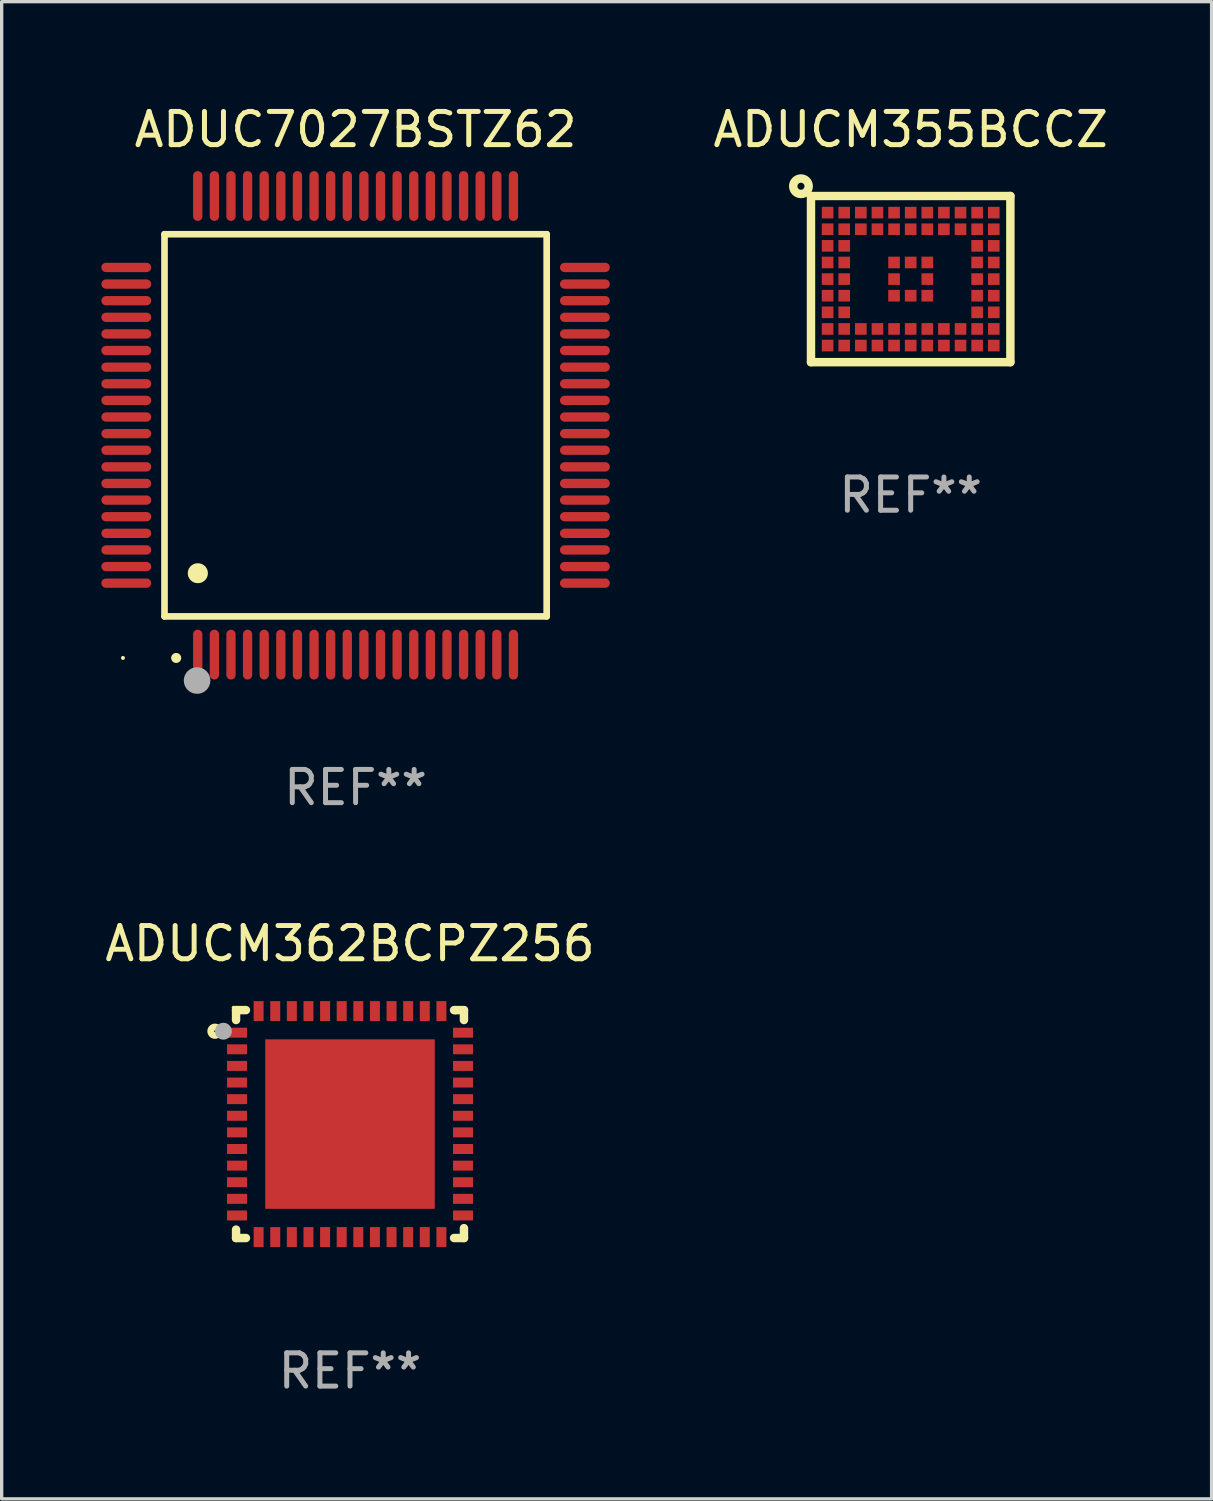
<source format=kicad_pcb>
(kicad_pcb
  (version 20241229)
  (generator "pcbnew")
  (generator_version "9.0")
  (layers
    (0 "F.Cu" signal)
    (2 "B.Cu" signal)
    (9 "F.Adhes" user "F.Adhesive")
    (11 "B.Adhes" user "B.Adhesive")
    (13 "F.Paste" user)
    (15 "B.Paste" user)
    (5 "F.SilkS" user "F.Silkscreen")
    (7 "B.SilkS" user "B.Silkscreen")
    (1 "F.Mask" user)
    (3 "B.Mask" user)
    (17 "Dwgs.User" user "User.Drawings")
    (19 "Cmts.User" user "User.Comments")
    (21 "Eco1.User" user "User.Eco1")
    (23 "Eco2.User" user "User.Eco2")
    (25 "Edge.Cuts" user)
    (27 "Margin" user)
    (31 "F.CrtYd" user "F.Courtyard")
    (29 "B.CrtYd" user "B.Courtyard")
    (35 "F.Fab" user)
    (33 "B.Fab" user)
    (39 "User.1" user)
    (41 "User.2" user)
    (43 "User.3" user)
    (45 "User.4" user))
  (footprint "ADUCM362BCPZ256"
    (layer "F.Cu")
    (at 7.482 30.774)
    (property "Reference" "ADUCM362BCPZ256" (at 0 -5.429 0) (layer "F.SilkS") (effects (font (size 1 1) (thickness 0.15))))
    (attr through_hole)
    (fp_line (start -3.429 -3.429) (end -3.429 -3.131) (stroke (width 0.254) (type solid)) (layer "F.SilkS"))
    (fp_line (start -3.429 3.429) (end -3.429 3.175) (stroke (width 0.254) (type solid)) (layer "F.SilkS"))
    (fp_line (start -3.131 -3.429) (end -3.429 -3.429) (stroke (width 0.254) (type solid)) (layer "F.SilkS"))
    (fp_line (start -3.131 3.429) (end -3.429 3.429) (stroke (width 0.254) (type solid)) (layer "F.SilkS"))
    (fp_line (start 3.175 -3.429) (end 3.131 -3.429) (stroke (width 0.254) (type solid)) (layer "F.SilkS"))
    (fp_line (start 3.429 -3.429) (end 3.175 -3.429) (stroke (width 0.254) (type solid)) (layer "F.SilkS"))
    (fp_line (start 3.429 -3.131) (end 3.429 -3.429) (stroke (width 0.254) (type solid)) (layer "F.SilkS"))
    (fp_line (start 3.429 3.131) (end 3.429 3.429) (stroke (width 0.254) (type solid)) (layer "F.SilkS"))
    (fp_line (start 3.429 3.429) (end 3.131 3.429) (stroke (width 0.254) (type solid)) (layer "F.SilkS"))
    (fp_circle (center -4.064 -2.794) (end -3.937 -2.794) (stroke (width 0.204) (type solid)) (fill no) (layer "F.SilkS"))
    (fp_circle (center -3.501 -3.501) (end -3.471 -3.501) (stroke (width 0.06) (type solid)) (fill no) (layer "F.SilkS"))
    (fp_circle (center -3.81 -2.794) (end -3.683 -2.794) (stroke (width 0.254) (type solid)) (fill no) (layer "F.Fab"))
    (fp_text user "REF**" (at 0 7.429 0) (layer "F.Fab") (effects (font (size 1 1) (thickness 0.15))))
    (pad "1" smd rect (at -3.4 -2.75) (size 0.6 0.3) (layers "F.Cu" "F.Mask" "F.Paste"))
    (pad "2" smd rect (at -3.4 -2.25) (size 0.6 0.3) (layers "F.Cu" "F.Mask" "F.Paste"))
    (pad "3" smd rect (at -3.4 -1.75) (size 0.6 0.3) (layers "F.Cu" "F.Mask" "F.Paste"))
    (pad "4" smd rect (at -3.4 -1.25) (size 0.6 0.3) (layers "F.Cu" "F.Mask" "F.Paste"))
    (pad "5" smd rect (at -3.4 -0.75) (size 0.6 0.3) (layers "F.Cu" "F.Mask" "F.Paste"))
    (pad "6" smd rect (at -3.4 -0.25) (size 0.6 0.3) (layers "F.Cu" "F.Mask" "F.Paste"))
    (pad "7" smd rect (at -3.4 0.25) (size 0.6 0.3) (layers "F.Cu" "F.Mask" "F.Paste"))
    (pad "8" smd rect (at -3.4 0.75) (size 0.6 0.3) (layers "F.Cu" "F.Mask" "F.Paste"))
    (pad "9" smd rect (at -3.4 1.25) (size 0.6 0.3) (layers "F.Cu" "F.Mask" "F.Paste"))
    (pad "10" smd rect (at -3.4 1.75) (size 0.6 0.3) (layers "F.Cu" "F.Mask" "F.Paste"))
    (pad "11" smd rect (at -3.4 2.25) (size 0.6 0.3) (layers "F.Cu" "F.Mask" "F.Paste"))
    (pad "12" smd rect (at -3.4 2.75) (size 0.6 0.3) (layers "F.Cu" "F.Mask" "F.Paste"))
    (pad "13" smd rect (at -2.75 3.4) (size 0.3 0.6) (layers "F.Cu" "F.Mask" "F.Paste"))
    (pad "14" smd rect (at -2.25 3.4) (size 0.3 0.6) (layers "F.Cu" "F.Mask" "F.Paste"))
    (pad "15" smd rect (at -1.75 3.4) (size 0.3 0.6) (layers "F.Cu" "F.Mask" "F.Paste"))
    (pad "16" smd rect (at -1.25 3.4) (size 0.3 0.6) (layers "F.Cu" "F.Mask" "F.Paste"))
    (pad "17" smd rect (at -0.75 3.4) (size 0.3 0.6) (layers "F.Cu" "F.Mask" "F.Paste"))
    (pad "18" smd rect (at -0.25 3.4) (size 0.3 0.6) (layers "F.Cu" "F.Mask" "F.Paste"))
    (pad "19" smd rect (at 0.25 3.4) (size 0.3 0.6) (layers "F.Cu" "F.Mask" "F.Paste"))
    (pad "20" smd rect (at 0.75 3.4) (size 0.3 0.6) (layers "F.Cu" "F.Mask" "F.Paste"))
    (pad "21" smd rect (at 1.25 3.4) (size 0.3 0.6) (layers "F.Cu" "F.Mask" "F.Paste"))
    (pad "22" smd rect (at 1.75 3.4) (size 0.3 0.6) (layers "F.Cu" "F.Mask" "F.Paste"))
    (pad "23" smd rect (at 2.25 3.4) (size 0.3 0.6) (layers "F.Cu" "F.Mask" "F.Paste"))
    (pad "24" smd rect (at 2.75 3.4) (size 0.3 0.6) (layers "F.Cu" "F.Mask" "F.Paste"))
    (pad "25" smd rect (at 3.4 2.75) (size 0.6 0.3) (layers "F.Cu" "F.Mask" "F.Paste"))
    (pad "26" smd rect (at 3.4 2.25) (size 0.6 0.3) (layers "F.Cu" "F.Mask" "F.Paste"))
    (pad "27" smd rect (at 3.4 1.75) (size 0.6 0.3) (layers "F.Cu" "F.Mask" "F.Paste"))
    (pad "28" smd rect (at 3.4 1.25) (size 0.6 0.3) (layers "F.Cu" "F.Mask" "F.Paste"))
    (pad "29" smd rect (at 3.4 0.75) (size 0.6 0.3) (layers "F.Cu" "F.Mask" "F.Paste"))
    (pad "30" smd rect (at 3.4 0.25) (size 0.6 0.3) (layers "F.Cu" "F.Mask" "F.Paste"))
    (pad "31" smd rect (at 3.4 -0.25) (size 0.6 0.3) (layers "F.Cu" "F.Mask" "F.Paste"))
    (pad "32" smd rect (at 3.4 -0.75) (size 0.6 0.3) (layers "F.Cu" "F.Mask" "F.Paste"))
    (pad "33" smd rect (at 3.4 -1.25) (size 0.6 0.3) (layers "F.Cu" "F.Mask" "F.Paste"))
    (pad "34" smd rect (at 3.4 -1.75) (size 0.6 0.3) (layers "F.Cu" "F.Mask" "F.Paste"))
    (pad "35" smd rect (at 3.4 -2.25) (size 0.6 0.3) (layers "F.Cu" "F.Mask" "F.Paste"))
    (pad "36" smd rect (at 3.4 -2.75) (size 0.6 0.3) (layers "F.Cu" "F.Mask" "F.Paste"))
    (pad "37" smd rect (at 2.75 -3.4) (size 0.3 0.6) (layers "F.Cu" "F.Mask" "F.Paste"))
    (pad "38" smd rect (at 2.25 -3.4) (size 0.3 0.6) (layers "F.Cu" "F.Mask" "F.Paste"))
    (pad "39" smd rect (at 1.75 -3.4) (size 0.3 0.6) (layers "F.Cu" "F.Mask" "F.Paste"))
    (pad "40" smd rect (at 1.25 -3.4) (size 0.3 0.6) (layers "F.Cu" "F.Mask" "F.Paste"))
    (pad "41" smd rect (at 0.75 -3.4) (size 0.3 0.6) (layers "F.Cu" "F.Mask" "F.Paste"))
    (pad "42" smd rect (at 0.25 -3.4) (size 0.3 0.6) (layers "F.Cu" "F.Mask" "F.Paste"))
    (pad "43" smd rect (at -0.25 -3.4) (size 0.3 0.6) (layers "F.Cu" "F.Mask" "F.Paste"))
    (pad "44" smd rect (at -0.75 -3.4) (size 0.3 0.6) (layers "F.Cu" "F.Mask" "F.Paste"))
    (pad "45" smd rect (at -1.25 -3.4) (size 0.3 0.6) (layers "F.Cu" "F.Mask" "F.Paste"))
    (pad "46" smd rect (at -1.75 -3.4) (size 0.3 0.6) (layers "F.Cu" "F.Mask" "F.Paste"))
    (pad "47" smd rect (at -2.25 -3.4) (size 0.3 0.6) (layers "F.Cu" "F.Mask" "F.Paste"))
    (pad "48" smd rect (at -2.75 -3.4) (size 0.3 0.6) (layers "F.Cu" "F.Mask" "F.Paste"))
    (pad "49" smd rect (at -0.000025 -0.000025 270) (size 5.1 5.1) (layers "F.Cu" "F.Mask" "F.Paste")))
  (footprint "ADUCM355BCCZ"
    (layer "F.Cu")
    (at 24.353 5.348)
    (property "Reference" "ADUCM355BCCZ" (at 0 -4.5 0) (layer "F.SilkS") (effects (font (size 1 1) (thickness 0.15))))
    (attr through_hole)
    (fp_line (start -3 -2.5) (end -3 2.5) (stroke (width 0.254) (type solid)) (layer "F.SilkS"))
    (fp_line (start -3 2.5) (end 3 2.5) (stroke (width 0.254) (type solid)) (layer "F.SilkS"))
    (fp_line (start 3 -2.5) (end -3 -2.5) (stroke (width 0.254) (type solid)) (layer "F.SilkS"))
    (fp_line (start 3 -2.5) (end 3 2.5) (stroke (width 0.254) (type solid)) (layer "F.SilkS"))
    (fp_circle (center -3.302 -2.794) (end -3.196 -2.794) (stroke (width 0.254) (type solid)) (fill no) (layer "F.SilkS"))
    (fp_circle (center -3 -2.5) (end -2.97 -2.5) (stroke (width 0.06) (type solid)) (fill no) (layer "F.SilkS"))
    (fp_text user "REF**" (at 0 6.5 0) (layer "F.Fab") (effects (font (size 1 1) (thickness 0.15))))
    (pad "A1" smd rect (at -2.5 -2) (size 0.35 0.35) (layers "F.Cu" "F.Mask" "F.Paste"))
    (pad "A2" smd rect (at -2 -2) (size 0.35 0.35) (layers "F.Cu" "F.Mask" "F.Paste"))
    (pad "A3" smd rect (at -1.5 -2) (size 0.35 0.35) (layers "F.Cu" "F.Mask" "F.Paste"))
    (pad "A4" smd rect (at -1 -2) (size 0.35 0.35) (layers "F.Cu" "F.Mask" "F.Paste"))
    (pad "A5" smd rect (at -0.5 -2) (size 0.35 0.35) (layers "F.Cu" "F.Mask" "F.Paste"))
    (pad "A6" smd rect (at -0.000127 -2) (size 0.35 0.35) (layers "F.Cu" "F.Mask" "F.Paste"))
    (pad "A7" smd rect (at 0.5 -2) (size 0.35 0.35) (layers "F.Cu" "F.Mask" "F.Paste"))
    (pad "A8" smd rect (at 1 -2) (size 0.35 0.35) (layers "F.Cu" "F.Mask" "F.Paste"))
    (pad "A9" smd rect (at 1.5 -2) (size 0.35 0.35) (layers "F.Cu" "F.Mask" "F.Paste"))
    (pad "A10" smd rect (at 2 -2) (size 0.35 0.35) (layers "F.Cu" "F.Mask" "F.Paste"))
    (pad "A11" smd rect (at 2.5 -2) (size 0.35 0.35) (layers "F.Cu" "F.Mask" "F.Paste"))
    (pad "B1" smd rect (at -2.5 -1.5) (size 0.35 0.35) (layers "F.Cu" "F.Mask" "F.Paste"))
    (pad "B2" smd rect (at -2 -1.5) (size 0.35 0.35) (layers "F.Cu" "F.Mask" "F.Paste"))
    (pad "B3" smd rect (at -1.5 -1.5) (size 0.35 0.35) (layers "F.Cu" "F.Mask" "F.Paste"))
    (pad "B4" smd rect (at -1 -1.5) (size 0.35 0.35) (layers "F.Cu" "F.Mask" "F.Paste"))
    (pad "B5" smd rect (at -0.5 -1.5) (size 0.35 0.35) (layers "F.Cu" "F.Mask" "F.Paste"))
    (pad "B6" smd rect (at -0.000127 -1.5) (size 0.35 0.35) (layers "F.Cu" "F.Mask" "F.Paste"))
    (pad "B7" smd rect (at 0.5 -1.5) (size 0.35 0.35) (layers "F.Cu" "F.Mask" "F.Paste"))
    (pad "B8" smd rect (at 1 -1.5) (size 0.35 0.35) (layers "F.Cu" "F.Mask" "F.Paste"))
    (pad "B9" smd rect (at 1.5 -1.5) (size 0.35 0.35) (layers "F.Cu" "F.Mask" "F.Paste"))
    (pad "B10" smd rect (at 2 -1.5) (size 0.35 0.35) (layers "F.Cu" "F.Mask" "F.Paste"))
    (pad "B11" smd rect (at 2.5 -1.5) (size 0.35 0.35) (layers "F.Cu" "F.Mask" "F.Paste"))
    (pad "C1" smd rect (at -2.5 -1) (size 0.35 0.35) (layers "F.Cu" "F.Mask" "F.Paste"))
    (pad "C2" smd rect (at -2 -1) (size 0.35 0.35) (layers "F.Cu" "F.Mask" "F.Paste"))
    (pad "C10" smd rect (at 2 -1) (size 0.35 0.35) (layers "F.Cu" "F.Mask" "F.Paste"))
    (pad "C11" smd rect (at 2.5 -1) (size 0.35 0.35) (layers "F.Cu" "F.Mask" "F.Paste"))
    (pad "D1" smd rect (at -2.5 -0.5) (size 0.35 0.35) (layers "F.Cu" "F.Mask" "F.Paste"))
    (pad "D2" smd rect (at -2 -0.5) (size 0.35 0.35) (layers "F.Cu" "F.Mask" "F.Paste"))
    (pad "D5" smd rect (at -0.5 -0.5) (size 0.35 0.35) (layers "F.Cu" "F.Mask" "F.Paste"))
    (pad "D6" smd rect (at -0.000127 -0.5) (size 0.35 0.35) (layers "F.Cu" "F.Mask" "F.Paste"))
    (pad "D7" smd rect (at 0.5 -0.5) (size 0.35 0.35) (layers "F.Cu" "F.Mask" "F.Paste"))
    (pad "D10" smd rect (at 2 -0.5) (size 0.35 0.35) (layers "F.Cu" "F.Mask" "F.Paste"))
    (pad "D11" smd rect (at 2.5 -0.5) (size 0.35 0.35) (layers "F.Cu" "F.Mask" "F.Paste"))
    (pad "E1" smd rect (at -2.5 0) (size 0.35 0.35) (layers "F.Cu" "F.Mask" "F.Paste"))
    (pad "E2" smd rect (at -2 0) (size 0.35 0.35) (layers "F.Cu" "F.Mask" "F.Paste"))
    (pad "E5" smd rect (at -0.5 0) (size 0.35 0.35) (layers "F.Cu" "F.Mask" "F.Paste"))
    (pad "E7" smd rect (at 0.5 0) (size 0.35 0.35) (layers "F.Cu" "F.Mask" "F.Paste"))
    (pad "E10" smd rect (at 2 0) (size 0.35 0.35) (layers "F.Cu" "F.Mask" "F.Paste"))
    (pad "E11" smd rect (at 2.5 0) (size 0.35 0.35) (layers "F.Cu" "F.Mask" "F.Paste"))
    (pad "F1" smd rect (at -2.5 0.5) (size 0.35 0.35) (layers "F.Cu" "F.Mask" "F.Paste"))
    (pad "F2" smd rect (at -2 0.5) (size 0.35 0.35) (layers "F.Cu" "F.Mask" "F.Paste"))
    (pad "F5" smd rect (at -0.5 0.5) (size 0.35 0.35) (layers "F.Cu" "F.Mask" "F.Paste"))
    (pad "F6" smd rect (at -0.000127 0.5) (size 0.35 0.35) (layers "F.Cu" "F.Mask" "F.Paste"))
    (pad "F7" smd rect (at 0.5 0.5) (size 0.35 0.35) (layers "F.Cu" "F.Mask" "F.Paste"))
    (pad "F10" smd rect (at 2 0.5) (size 0.35 0.35) (layers "F.Cu" "F.Mask" "F.Paste"))
    (pad "F11" smd rect (at 2.5 0.5) (size 0.35 0.35) (layers "F.Cu" "F.Mask" "F.Paste"))
    (pad "G1" smd rect (at -2.5 1) (size 0.35 0.35) (layers "F.Cu" "F.Mask" "F.Paste"))
    (pad "G2" smd rect (at -2 1) (size 0.35 0.35) (layers "F.Cu" "F.Mask" "F.Paste"))
    (pad "G10" smd rect (at 2 1) (size 0.35 0.35) (layers "F.Cu" "F.Mask" "F.Paste"))
    (pad "G11" smd rect (at 2.5 1) (size 0.35 0.35) (layers "F.Cu" "F.Mask" "F.Paste"))
    (pad "H1" smd rect (at -2.5 1.5) (size 0.35 0.35) (layers "F.Cu" "F.Mask" "F.Paste"))
    (pad "H2" smd rect (at -2 1.5) (size 0.35 0.35) (layers "F.Cu" "F.Mask" "F.Paste"))
    (pad "H3" smd rect (at -1.5 1.5) (size 0.35 0.35) (layers "F.Cu" "F.Mask" "F.Paste"))
    (pad "H4" smd rect (at -1 1.5) (size 0.35 0.35) (layers "F.Cu" "F.Mask" "F.Paste"))
    (pad "H5" smd rect (at -0.5 1.5) (size 0.35 0.35) (layers "F.Cu" "F.Mask" "F.Paste"))
    (pad "H6" smd rect (at -0.000127 1.5) (size 0.35 0.35) (layers "F.Cu" "F.Mask" "F.Paste"))
    (pad "H7" smd rect (at 0.5 1.5) (size 0.35 0.35) (layers "F.Cu" "F.Mask" "F.Paste"))
    (pad "H8" smd rect (at 1 1.5) (size 0.35 0.35) (layers "F.Cu" "F.Mask" "F.Paste"))
    (pad "H9" smd rect (at 1.5 1.5) (size 0.35 0.35) (layers "F.Cu" "F.Mask" "F.Paste"))
    (pad "H10" smd rect (at 2 1.5) (size 0.35 0.35) (layers "F.Cu" "F.Mask" "F.Paste"))
    (pad "H11" smd rect (at 2.5 1.5) (size 0.35 0.35) (layers "F.Cu" "F.Mask" "F.Paste"))
    (pad "J1" smd rect (at -2.5 2) (size 0.35 0.35) (layers "F.Cu" "F.Mask" "F.Paste"))
    (pad "J2" smd rect (at -2 2) (size 0.35 0.35) (layers "F.Cu" "F.Mask" "F.Paste"))
    (pad "J3" smd rect (at -1.5 2) (size 0.35 0.35) (layers "F.Cu" "F.Mask" "F.Paste"))
    (pad "J4" smd rect (at -1 2) (size 0.35 0.35) (layers "F.Cu" "F.Mask" "F.Paste"))
    (pad "J5" smd rect (at -0.5 2) (size 0.35 0.35) (layers "F.Cu" "F.Mask" "F.Paste"))
    (pad "J6" smd rect (at -0.000127 2) (size 0.35 0.35) (layers "F.Cu" "F.Mask" "F.Paste"))
    (pad "J7" smd rect (at 0.5 2) (size 0.35 0.35) (layers "F.Cu" "F.Mask" "F.Paste"))
    (pad "J8" smd rect (at 1 2) (size 0.35 0.35) (layers "F.Cu" "F.Mask" "F.Paste"))
    (pad "J9" smd rect (at 1.5 2) (size 0.35 0.35) (layers "F.Cu" "F.Mask" "F.Paste"))
    (pad "J10" smd rect (at 2 2) (size 0.35 0.35) (layers "F.Cu" "F.Mask" "F.Paste"))
    (pad "J11" smd rect (at 2.5 2) (size 0.35 0.35) (layers "F.Cu" "F.Mask" "F.Paste")))
  (footprint "ADUC7027BSTZ62"
    (layer "F.Cu")
    (at 7.65 9.748)
    (property "Reference" "ADUC7027BSTZ62" (at 0 -8.9 0) (layer "F.SilkS") (effects (font (size 1 1) (thickness 0.15))))
    (attr through_hole)
    (fp_line (start -5.75 -5.75) (end 5.75 -5.75) (stroke (width 0.2) (type solid)) (layer "F.SilkS"))
    (fp_line (start -5.75 5.75) (end -5.75 -5.75) (stroke (width 0.2) (type solid)) (layer "F.SilkS"))
    (fp_line (start 5.75 -5.75) (end 5.75 5.75) (stroke (width 0.2) (type solid)) (layer "F.SilkS"))
    (fp_line (start 5.75 5.75) (end -5.75 5.75) (stroke (width 0.2) (type solid)) (layer "F.SilkS"))
    (fp_arc (start -5.400051 7.000254) (mid -5.398781 7.000249) (end -5.397511 7.000254) (stroke (width 0.3) (type solid)) (layer "F.SilkS"))
    (fp_arc (start -4.749809 4.450089) (mid -4.747269 4.450078) (end -4.744729 4.450089) (stroke (width 0.6) (type solid)) (layer "F.SilkS"))
    (fp_circle (center -7 7) (end -6.97 7) (stroke (width 0.06) (type solid)) (fill no) (layer "F.SilkS"))
    (fp_circle (center -4.77 7.68) (end -4.57 7.68) (stroke (width 0.4) (type solid)) (fill no) (layer "F.Fab"))
    (fp_text user "REF**" (at 0 10.9 0) (layer "F.Fab") (effects (font (size 1 1) (thickness 0.15))))
    (pad "1" smd oval (at -4.75 6.9) (size 0.28 1.5) (layers "F.Cu" "F.Mask" "F.Paste"))
    (pad "2" smd oval (at -4.25 6.9) (size 0.28 1.5) (layers "F.Cu" "F.Mask" "F.Paste"))
    (pad "3" smd oval (at -3.75 6.9) (size 0.28 1.5) (layers "F.Cu" "F.Mask" "F.Paste"))
    (pad "4" smd oval (at -3.25 6.9) (size 0.28 1.5) (layers "F.Cu" "F.Mask" "F.Paste"))
    (pad "5" smd oval (at -2.75 6.9) (size 0.28 1.5) (layers "F.Cu" "F.Mask" "F.Paste"))
    (pad "6" smd oval (at -2.25 6.9) (size 0.28 1.5) (layers "F.Cu" "F.Mask" "F.Paste"))
    (pad "7" smd oval (at -1.75 6.9) (size 0.28 1.5) (layers "F.Cu" "F.Mask" "F.Paste"))
    (pad "8" smd oval (at -1.25 6.9) (size 0.28 1.5) (layers "F.Cu" "F.Mask" "F.Paste"))
    (pad "9" smd oval (at -0.75 6.9) (size 0.28 1.5) (layers "F.Cu" "F.Mask" "F.Paste"))
    (pad "10" smd oval (at -0.25 6.9) (size 0.28 1.5) (layers "F.Cu" "F.Mask" "F.Paste"))
    (pad "11" smd oval (at 0.25 6.9) (size 0.28 1.5) (layers "F.Cu" "F.Mask" "F.Paste"))
    (pad "12" smd oval (at 0.75 6.9) (size 0.28 1.5) (layers "F.Cu" "F.Mask" "F.Paste"))
    (pad "13" smd oval (at 1.25 6.9) (size 0.28 1.5) (layers "F.Cu" "F.Mask" "F.Paste"))
    (pad "14" smd oval (at 1.75 6.9) (size 0.28 1.5) (layers "F.Cu" "F.Mask" "F.Paste"))
    (pad "15" smd oval (at 2.25 6.9) (size 0.28 1.5) (layers "F.Cu" "F.Mask" "F.Paste"))
    (pad "16" smd oval (at 2.75 6.9) (size 0.28 1.5) (layers "F.Cu" "F.Mask" "F.Paste"))
    (pad "17" smd oval (at 3.25 6.9) (size 0.28 1.5) (layers "F.Cu" "F.Mask" "F.Paste"))
    (pad "18" smd oval (at 3.75 6.9) (size 0.28 1.5) (layers "F.Cu" "F.Mask" "F.Paste"))
    (pad "19" smd oval (at 4.25 6.9) (size 0.28 1.5) (layers "F.Cu" "F.Mask" "F.Paste"))
    (pad "20" smd oval (at 4.75 6.9) (size 0.28 1.5) (layers "F.Cu" "F.Mask" "F.Paste"))
    (pad "21" smd oval (at 6.9 4.75) (size 1.5 0.28) (layers "F.Cu" "F.Mask" "F.Paste"))
    (pad "22" smd oval (at 6.9 4.25) (size 1.5 0.28) (layers "F.Cu" "F.Mask" "F.Paste"))
    (pad "23" smd oval (at 6.9 3.75) (size 1.5 0.28) (layers "F.Cu" "F.Mask" "F.Paste"))
    (pad "24" smd oval (at 6.9 3.25) (size 1.5 0.28) (layers "F.Cu" "F.Mask" "F.Paste"))
    (pad "25" smd oval (at 6.9 2.75) (size 1.5 0.28) (layers "F.Cu" "F.Mask" "F.Paste"))
    (pad "26" smd oval (at 6.9 2.25) (size 1.5 0.28) (layers "F.Cu" "F.Mask" "F.Paste"))
    (pad "27" smd oval (at 6.9 1.75) (size 1.5 0.28) (layers "F.Cu" "F.Mask" "F.Paste"))
    (pad "28" smd oval (at 6.9 1.25) (size 1.5 0.28) (layers "F.Cu" "F.Mask" "F.Paste"))
    (pad "29" smd oval (at 6.9 0.75) (size 1.5 0.28) (layers "F.Cu" "F.Mask" "F.Paste"))
    (pad "30" smd oval (at 6.9 0.25) (size 1.5 0.28) (layers "F.Cu" "F.Mask" "F.Paste"))
    (pad "31" smd oval (at 6.9 -0.25) (size 1.5 0.28) (layers "F.Cu" "F.Mask" "F.Paste"))
    (pad "32" smd oval (at 6.9 -0.75) (size 1.5 0.28) (layers "F.Cu" "F.Mask" "F.Paste"))
    (pad "33" smd oval (at 6.9 -1.25) (size 1.5 0.28) (layers "F.Cu" "F.Mask" "F.Paste"))
    (pad "34" smd oval (at 6.9 -1.75) (size 1.5 0.28) (layers "F.Cu" "F.Mask" "F.Paste"))
    (pad "35" smd oval (at 6.9 -2.25) (size 1.5 0.28) (layers "F.Cu" "F.Mask" "F.Paste"))
    (pad "36" smd oval (at 6.9 -2.75) (size 1.5 0.28) (layers "F.Cu" "F.Mask" "F.Paste"))
    (pad "37" smd oval (at 6.9 -3.25) (size 1.5 0.28) (layers "F.Cu" "F.Mask" "F.Paste"))
    (pad "38" smd oval (at 6.9 -3.75) (size 1.5 0.28) (layers "F.Cu" "F.Mask" "F.Paste"))
    (pad "39" smd oval (at 6.9 -4.25) (size 1.5 0.28) (layers "F.Cu" "F.Mask" "F.Paste"))
    (pad "40" smd oval (at 6.9 -4.75) (size 1.5 0.28) (layers "F.Cu" "F.Mask" "F.Paste"))
    (pad "41" smd oval (at 4.75 -6.9) (size 0.28 1.5) (layers "F.Cu" "F.Mask" "F.Paste"))
    (pad "42" smd oval (at 4.25 -6.9) (size 0.28 1.5) (layers "F.Cu" "F.Mask" "F.Paste"))
    (pad "43" smd oval (at 3.75 -6.9) (size 0.28 1.5) (layers "F.Cu" "F.Mask" "F.Paste"))
    (pad "44" smd oval (at 3.25 -6.9) (size 0.28 1.5) (layers "F.Cu" "F.Mask" "F.Paste"))
    (pad "45" smd oval (at 2.75 -6.9) (size 0.28 1.5) (layers "F.Cu" "F.Mask" "F.Paste"))
    (pad "46" smd oval (at 2.25 -6.9) (size 0.28 1.5) (layers "F.Cu" "F.Mask" "F.Paste"))
    (pad "47" smd oval (at 1.75 -6.9) (size 0.28 1.5) (layers "F.Cu" "F.Mask" "F.Paste"))
    (pad "48" smd oval (at 1.25 -6.9) (size 0.28 1.5) (layers "F.Cu" "F.Mask" "F.Paste"))
    (pad "49" smd oval (at 0.75 -6.9) (size 0.28 1.5) (layers "F.Cu" "F.Mask" "F.Paste"))
    (pad "50" smd oval (at 0.25 -6.9) (size 0.28 1.5) (layers "F.Cu" "F.Mask" "F.Paste"))
    (pad "51" smd oval (at -0.25 -6.9) (size 0.28 1.5) (layers "F.Cu" "F.Mask" "F.Paste"))
    (pad "52" smd oval (at -0.75 -6.9) (size 0.28 1.5) (layers "F.Cu" "F.Mask" "F.Paste"))
    (pad "53" smd oval (at -1.25 -6.9) (size 0.28 1.5) (layers "F.Cu" "F.Mask" "F.Paste"))
    (pad "54" smd oval (at -1.75 -6.9) (size 0.28 1.5) (layers "F.Cu" "F.Mask" "F.Paste"))
    (pad "55" smd oval (at -2.25 -6.9) (size 0.28 1.5) (layers "F.Cu" "F.Mask" "F.Paste"))
    (pad "56" smd oval (at -2.75 -6.9) (size 0.28 1.5) (layers "F.Cu" "F.Mask" "F.Paste"))
    (pad "57" smd oval (at -3.25 -6.9) (size 0.28 1.5) (layers "F.Cu" "F.Mask" "F.Paste"))
    (pad "58" smd oval (at -3.75 -6.9) (size 0.28 1.5) (layers "F.Cu" "F.Mask" "F.Paste"))
    (pad "59" smd oval (at -4.25 -6.9) (size 0.28 1.5) (layers "F.Cu" "F.Mask" "F.Paste"))
    (pad "60" smd oval (at -4.75 -6.9) (size 0.28 1.5) (layers "F.Cu" "F.Mask" "F.Paste"))
    (pad "61" smd oval (at -6.9 -4.75) (size 1.5 0.28) (layers "F.Cu" "F.Mask" "F.Paste"))
    (pad "62" smd oval (at -6.9 -4.25) (size 1.5 0.28) (layers "F.Cu" "F.Mask" "F.Paste"))
    (pad "63" smd oval (at -6.9 -3.75) (size 1.5 0.28) (layers "F.Cu" "F.Mask" "F.Paste"))
    (pad "64" smd oval (at -6.9 -3.25) (size 1.5 0.28) (layers "F.Cu" "F.Mask" "F.Paste"))
    (pad "65" smd oval (at -6.9 -2.75) (size 1.5 0.28) (layers "F.Cu" "F.Mask" "F.Paste"))
    (pad "66" smd oval (at -6.9 -2.25) (size 1.5 0.28) (layers "F.Cu" "F.Mask" "F.Paste"))
    (pad "67" smd oval (at -6.9 -1.75) (size 1.5 0.28) (layers "F.Cu" "F.Mask" "F.Paste"))
    (pad "68" smd oval (at -6.9 -1.25) (size 1.5 0.28) (layers "F.Cu" "F.Mask" "F.Paste"))
    (pad "69" smd oval (at -6.9 -0.75) (size 1.5 0.28) (layers "F.Cu" "F.Mask" "F.Paste"))
    (pad "70" smd oval (at -6.9 -0.25) (size 1.5 0.28) (layers "F.Cu" "F.Mask" "F.Paste"))
    (pad "71" smd oval (at -6.9 0.25) (size 1.5 0.28) (layers "F.Cu" "F.Mask" "F.Paste"))
    (pad "72" smd oval (at -6.9 0.75) (size 1.5 0.28) (layers "F.Cu" "F.Mask" "F.Paste"))
    (pad "73" smd oval (at -6.9 1.25) (size 1.5 0.28) (layers "F.Cu" "F.Mask" "F.Paste"))
    (pad "74" smd oval (at -6.9 1.75) (size 1.5 0.28) (layers "F.Cu" "F.Mask" "F.Paste"))
    (pad "75" smd oval (at -6.9 2.25) (size 1.5 0.28) (layers "F.Cu" "F.Mask" "F.Paste"))
    (pad "76" smd oval (at -6.9 2.75) (size 1.5 0.28) (layers "F.Cu" "F.Mask" "F.Paste"))
    (pad "77" smd oval (at -6.9 3.25) (size 1.5 0.28) (layers "F.Cu" "F.Mask" "F.Paste"))
    (pad "78" smd oval (at -6.9 3.75) (size 1.5 0.28) (layers "F.Cu" "F.Mask" "F.Paste"))
    (pad "79" smd oval (at -6.9 4.25) (size 1.5 0.28) (layers "F.Cu" "F.Mask" "F.Paste"))
    (pad "80" smd oval (at -6.9 4.75) (size 1.5 0.28) (layers "F.Cu" "F.Mask" "F.Paste")))
  (gr_rect
    (start -3 -3)
    (end 33.407 42.051)
    (stroke (width 0.1) (type default))
    (fill no)
    (layer "Edge.Cuts")))
</source>
